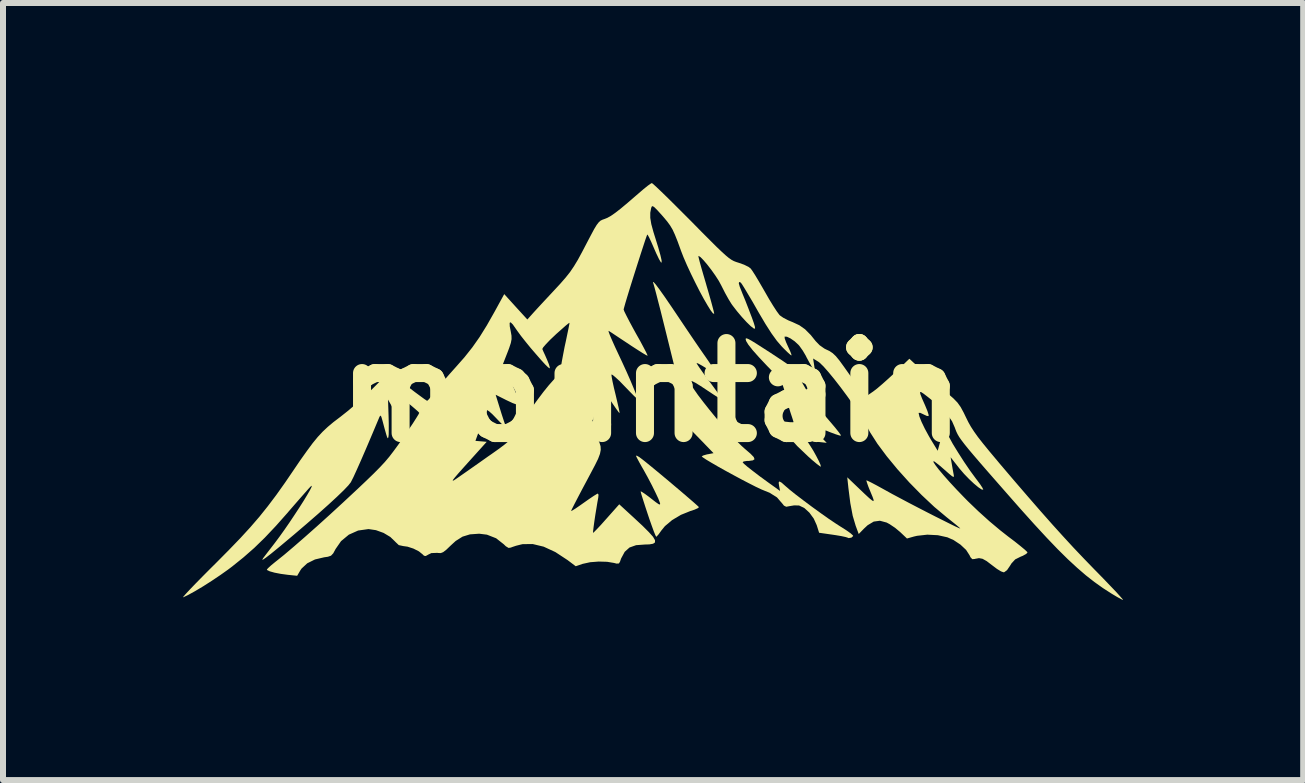
<source format=kicad_pcb>
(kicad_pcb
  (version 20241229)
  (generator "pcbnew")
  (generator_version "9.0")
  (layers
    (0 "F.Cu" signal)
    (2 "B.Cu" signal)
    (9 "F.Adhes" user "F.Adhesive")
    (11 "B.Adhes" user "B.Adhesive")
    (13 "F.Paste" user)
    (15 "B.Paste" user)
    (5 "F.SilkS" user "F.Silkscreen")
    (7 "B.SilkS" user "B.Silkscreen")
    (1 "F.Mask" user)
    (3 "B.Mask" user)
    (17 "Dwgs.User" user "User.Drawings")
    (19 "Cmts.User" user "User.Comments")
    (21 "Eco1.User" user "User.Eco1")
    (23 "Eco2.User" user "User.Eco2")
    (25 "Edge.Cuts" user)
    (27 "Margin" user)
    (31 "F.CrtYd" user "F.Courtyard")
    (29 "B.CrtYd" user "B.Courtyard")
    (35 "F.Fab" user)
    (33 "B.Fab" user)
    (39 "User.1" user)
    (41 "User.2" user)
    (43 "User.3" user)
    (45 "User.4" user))
  (footprint "mountain"
    (layer "F.Cu")
    (at 7.803 3.487)
    (property "Reference" "mountain" (at 0 0 0) (layer "F.SilkS") (effects (font (size 1.5 1.5) (thickness 0.3))))
    (attr board_only exclude_from_pos_files exclude_from_bom)
    (fp_poly (pts (xy -0.239 1.057) (xy -0.195 1.083) (xy -0.187 1.09) (xy -0.138 1.127) (xy -0.062 1.188) (xy 0.035 1.267) (xy 0.147 1.36) (xy 0.267 1.46) (xy 0.388 1.562) (xy 0.505 1.661) (xy 0.61 1.751) (xy 0.697 1.826) (xy 0.759 1.881) (xy 0.79 1.91) (xy 0.792 1.913) (xy 0.773 1.93) (xy 0.717 1.955) (xy 0.647 1.978) (xy 0.491 2.041) (xy 0.345 2.128) (xy 0.225 2.229) (xy 0.164 2.304) (xy 0.121 2.364) (xy 0.089 2.4) (xy 0.08 2.406) (xy 0.067 2.382) (xy 0.041 2.319) (xy 0.006 2.223) (xy -0.036 2.104) (xy -0.058 2.038) (xy -0.101 1.908) (xy -0.137 1.796) (xy -0.164 1.71) (xy -0.178 1.659) (xy -0.18 1.65) (xy -0.162 1.656) (xy -0.113 1.688) (xy -0.042 1.74) (xy -0.01 1.765) (xy 0.072 1.829) (xy 0.121 1.863) (xy 0.143 1.869) (xy 0.145 1.85) (xy 0.141 1.838) (xy 0.115 1.77) (xy 0.068 1.67) (xy 0.008 1.548) (xy -0.061 1.417) (xy -0.131 1.29) (xy -0.158 1.244) (xy -0.205 1.16) (xy -0.24 1.094) (xy -0.257 1.058) (xy -0.257 1.055)) (stroke (width 0) (type solid)) (fill yes) (layer "F.SilkS"))
    (fp_poly (pts (xy 1.615 -0.889) (xy 1.665 -0.862) (xy 1.74 -0.816) (xy 1.846 -0.748) (xy 1.989 -0.656) (xy 2.036 -0.625) (xy 2.166 -0.539) (xy 2.262 -0.474) (xy 2.33 -0.422) (xy 2.378 -0.376) (xy 2.416 -0.329) (xy 2.449 -0.273) (xy 2.481 -0.214) (xy 2.595 -0.016) (xy 2.734 0.187) (xy 2.905 0.404) (xy 2.988 0.501) (xy 3.061 0.587) (xy 3.118 0.659) (xy 3.152 0.706) (xy 3.159 0.722) (xy 3.132 0.718) (xy 3.069 0.698) (xy 2.98 0.665) (xy 2.926 0.643) (xy 2.825 0.604) (xy 2.74 0.573) (xy 2.684 0.556) (xy 2.671 0.553) (xy 2.673 0.57) (xy 2.705 0.614) (xy 2.76 0.677) (xy 2.78 0.697) (xy 2.921 0.841) (xy 2.756 0.823) (xy 2.59 0.805) (xy 2.647 0.891) (xy 2.698 0.973) (xy 2.746 1.06) (xy 2.788 1.141) (xy 2.816 1.204) (xy 2.824 1.237) (xy 2.823 1.239) (xy 2.801 1.227) (xy 2.749 1.187) (xy 2.676 1.126) (xy 2.609 1.066) (xy 2.43 0.895) (xy 2.284 0.734) (xy 2.176 0.59) (xy 2.152 0.552) (xy 2.104 0.47) (xy 2.236 0.489) (xy 2.31 0.497) (xy 2.358 0.498) (xy 2.368 0.495) (xy 2.36 0.467) (xy 2.34 0.405) (xy 2.32 0.345) (xy 2.289 0.247) (xy 2.255 0.125) (xy 2.226 0.013) (xy 2.206 -0.065) (xy 2.185 -0.127) (xy 2.157 -0.181) (xy 2.115 -0.239) (xy 2.052 -0.311) (xy 1.961 -0.407) (xy 1.931 -0.437) (xy 1.79 -0.587) (xy 1.686 -0.704) (xy 1.616 -0.793) (xy 1.578 -0.855) (xy 1.57 -0.886) (xy 1.573 -0.898) (xy 1.587 -0.9)) (stroke (width 0) (type solid)) (fill yes) (layer "F.SilkS"))
    (fp_poly (pts (xy 0.038 -1.836) (xy 0.075 -1.794) (xy 0.136 -1.712) (xy 0.224 -1.588) (xy 0.338 -1.421) (xy 0.39 -1.344) (xy 0.496 -1.186) (xy 0.605 -1.024) (xy 0.71 -0.869) (xy 0.803 -0.733) (xy 0.876 -0.628) (xy 0.882 -0.62) (xy 0.953 -0.517) (xy 1.012 -0.428) (xy 1.055 -0.362) (xy 1.074 -0.329) (xy 1.061 -0.324) (xy 1.014 -0.344) (xy 0.944 -0.384) (xy 0.924 -0.396) (xy 0.845 -0.444) (xy 0.784 -0.478) (xy 0.753 -0.49) (xy 0.752 -0.49) (xy 0.763 -0.467) (xy 0.8 -0.411) (xy 0.858 -0.329) (xy 0.931 -0.229) (xy 0.963 -0.187) (xy 1.042 -0.08) (xy 1.108 0.011) (xy 1.157 0.08) (xy 1.182 0.118) (xy 1.184 0.123) (xy 1.164 0.116) (xy 1.11 0.085) (xy 1.031 0.034) (xy 0.939 -0.027) (xy 0.818 -0.107) (xy 0.734 -0.159) (xy 0.68 -0.186) (xy 0.652 -0.19) (xy 0.643 -0.174) (xy 0.643 -0.174) (xy 0.66 -0.13) (xy 0.707 -0.054) (xy 0.777 0.046) (xy 0.867 0.164) (xy 0.97 0.294) (xy 1.081 0.43) (xy 1.195 0.563) (xy 1.307 0.689) (xy 1.411 0.801) (xy 1.501 0.891) (xy 1.558 0.942) (xy 1.652 1.023) (xy 1.705 1.078) (xy 1.718 1.114) (xy 1.691 1.133) (xy 1.626 1.142) (xy 1.589 1.143) (xy 1.538 1.151) (xy 1.52 1.164) (xy 1.541 1.189) (xy 1.599 1.239) (xy 1.691 1.311) (xy 1.81 1.402) (xy 1.953 1.506) (xy 2.002 1.541) (xy 2.144 1.643) (xy 2.128 1.561) (xy 2.12 1.503) (xy 2.133 1.484) (xy 2.17 1.505) (xy 2.225 1.554) (xy 2.299 1.618) (xy 2.405 1.703) (xy 2.535 1.802) (xy 2.677 1.908) (xy 2.822 2.013) (xy 2.959 2.11) (xy 3.08 2.191) (xy 3.158 2.241) (xy 3.248 2.298) (xy 3.317 2.347) (xy 3.356 2.382) (xy 3.362 2.393) (xy 3.333 2.42) (xy 3.287 2.428) (xy 3.264 2.419) (xy 3.234 2.41) (xy 3.165 2.395) (xy 3.07 2.379) (xy 3.022 2.372) (xy 2.794 2.339) (xy 2.754 2.212) (xy 2.705 2.104) (xy 2.633 2.005) (xy 2.549 1.928) (xy 2.465 1.887) (xy 2.458 1.885) (xy 2.379 1.883) (xy 2.306 1.895) (xy 2.246 1.906) (xy 2.208 1.887) (xy 2.187 1.86) (xy 2.092 1.75) (xy 1.968 1.672) (xy 1.893 1.642) (xy 1.832 1.617) (xy 1.741 1.574) (xy 1.629 1.517) (xy 1.502 1.451) (xy 1.368 1.379) (xy 1.234 1.306) (xy 1.109 1.236) (xy 0.999 1.172) (xy 0.912 1.12) (xy 0.856 1.083) (xy 0.838 1.065) (xy 0.838 1.065) (xy 0.868 1.05) (xy 0.928 1.033) (xy 0.942 1.031) (xy 1.035 1.013) (xy 0.831 0.802) (xy 0.626 0.592) (xy 0.53 0.18) (xy 0.492 0.021) (xy 0.448 -0.161) (xy 0.401 -0.358) (xy 0.35 -0.565) (xy 0.298 -0.775) (xy 0.247 -0.981) (xy 0.198 -1.178) (xy 0.153 -1.359) (xy 0.112 -1.517) (xy 0.079 -1.646) (xy 0.054 -1.74) (xy 0.039 -1.792) (xy 0.037 -1.799) (xy 0.025 -1.837)) (stroke (width 0) (type solid)) (fill yes) (layer "F.SilkS"))
    (fp_poly (pts (xy 0.031 -3.469) (xy 0.086 -3.419) (xy 0.169 -3.34) (xy 0.275 -3.237) (xy 0.399 -3.114) (xy 0.538 -2.975) (xy 0.667 -2.846) (xy 0.835 -2.675) (xy 0.972 -2.538) (xy 1.081 -2.429) (xy 1.168 -2.346) (xy 1.236 -2.284) (xy 1.29 -2.239) (xy 1.335 -2.208) (xy 1.374 -2.187) (xy 1.413 -2.172) (xy 1.454 -2.159) (xy 1.544 -2.127) (xy 1.619 -2.09) (xy 1.654 -2.063) (xy 1.683 -2.023) (xy 1.731 -1.948) (xy 1.792 -1.846) (xy 1.861 -1.727) (xy 1.891 -1.675) (xy 1.962 -1.551) (xy 2.03 -1.44) (xy 2.088 -1.351) (xy 2.13 -1.294) (xy 2.141 -1.282) (xy 2.197 -1.243) (xy 2.282 -1.199) (xy 2.355 -1.169) (xy 2.465 -1.118) (xy 2.56 -1.051) (xy 2.655 -0.955) (xy 2.736 -0.854) (xy 2.803 -0.785) (xy 2.881 -0.73) (xy 2.902 -0.719) (xy 2.966 -0.689) (xy 3.02 -0.653) (xy 3.073 -0.603) (xy 3.133 -0.53) (xy 3.21 -0.424) (xy 3.236 -0.387) (xy 3.312 -0.28) (xy 3.391 -0.172) (xy 3.46 -0.083) (xy 3.48 -0.058) (xy 3.581 0.064) (xy 3.696 -0.015) (xy 3.76 -0.064) (xy 3.848 -0.139) (xy 3.95 -0.23) (xy 4.054 -0.326) (xy 4.055 -0.327) (xy 4.298 -0.56) (xy 4.523 -0.35) (xy 4.636 -0.246) (xy 4.76 -0.135) (xy 4.877 -0.033) (xy 4.939 0.02) (xy 5.032 0.101) (xy 5.099 0.17) (xy 5.152 0.244) (xy 5.203 0.338) (xy 5.241 0.417) (xy 5.281 0.498) (xy 5.324 0.574) (xy 5.376 0.654) (xy 5.441 0.745) (xy 5.524 0.851) (xy 5.631 0.982) (xy 5.766 1.143) (xy 5.794 1.177) (xy 6.051 1.479) (xy 6.281 1.746) (xy 6.489 1.985) (xy 6.681 2.202) (xy 6.861 2.401) (xy 7.035 2.59) (xy 7.209 2.773) (xy 7.387 2.957) (xy 7.409 2.979) (xy 7.534 3.107) (xy 7.645 3.223) (xy 7.738 3.32) (xy 7.807 3.396) (xy 7.849 3.444) (xy 7.859 3.46) (xy 7.828 3.446) (xy 7.765 3.412) (xy 7.684 3.364) (xy 7.669 3.355) (xy 7.523 3.261) (xy 7.381 3.16) (xy 7.239 3.049) (xy 7.093 2.923) (xy 6.938 2.78) (xy 6.77 2.614) (xy 6.586 2.422) (xy 6.382 2.201) (xy 6.152 1.945) (xy 5.969 1.737) (xy 5.776 1.517) (xy 5.614 1.332) (xy 5.48 1.178) (xy 5.372 1.052) (xy 5.285 0.949) (xy 5.218 0.866) (xy 5.167 0.799) (xy 5.129 0.745) (xy 5.102 0.699) (xy 5.082 0.658) (xy 5.066 0.618) (xy 5.055 0.587) (xy 5.009 0.482) (xy 4.938 0.379) (xy 4.837 0.271) (xy 4.698 0.15) (xy 4.606 0.077) (xy 4.536 0.023) (xy 4.493 -0.005) (xy 4.475 -0.004) (xy 4.481 0.03) (xy 4.509 0.102) (xy 4.56 0.217) (xy 4.565 0.229) (xy 4.598 0.309) (xy 4.617 0.369) (xy 4.619 0.395) (xy 4.59 0.393) (xy 4.537 0.369) (xy 4.528 0.364) (xy 4.478 0.341) (xy 4.453 0.342) (xy 4.452 0.345) (xy 4.465 0.403) (xy 4.501 0.493) (xy 4.555 0.605) (xy 4.622 0.728) (xy 4.654 0.783) (xy 4.77 0.973) (xy 4.818 0.796) (xy 4.843 0.708) (xy 4.864 0.641) (xy 4.876 0.61) (xy 4.876 0.609) (xy 4.892 0.625) (xy 4.923 0.675) (xy 4.955 0.737) (xy 5.021 0.858) (xy 5.11 1.003) (xy 5.21 1.159) (xy 5.313 1.31) (xy 5.41 1.442) (xy 5.425 1.461) (xy 5.479 1.534) (xy 5.516 1.591) (xy 5.529 1.62) (xy 5.528 1.622) (xy 5.5 1.617) (xy 5.445 1.58) (xy 5.373 1.52) (xy 5.292 1.444) (xy 5.21 1.359) (xy 5.135 1.272) (xy 5.127 1.262) (xy 4.985 1.081) (xy 5.003 1.184) (xy 5.018 1.272) (xy 5.033 1.354) (xy 5.035 1.362) (xy 5.04 1.397) (xy 5.034 1.41) (xy 5.009 1.397) (xy 4.959 1.356) (xy 4.886 1.292) (xy 4.809 1.225) (xy 4.746 1.175) (xy 4.708 1.148) (xy 4.701 1.145) (xy 4.7 1.163) (xy 4.731 1.211) (xy 4.789 1.287) (xy 4.87 1.383) (xy 4.97 1.496) (xy 5.085 1.62) (xy 5.21 1.75) (xy 5.275 1.816) (xy 5.447 1.981) (xy 5.631 2.147) (xy 5.81 2.297) (xy 5.945 2.403) (xy 6.055 2.486) (xy 6.149 2.561) (xy 6.22 2.62) (xy 6.26 2.658) (xy 6.266 2.668) (xy 6.244 2.692) (xy 6.188 2.723) (xy 6.151 2.738) (xy 6.061 2.783) (xy 5.999 2.85) (xy 5.975 2.889) (xy 5.925 2.962) (xy 5.879 2.996) (xy 5.868 2.998) (xy 5.825 2.983) (xy 5.758 2.942) (xy 5.681 2.884) (xy 5.677 2.881) (xy 5.585 2.811) (xy 5.517 2.773) (xy 5.458 2.762) (xy 5.396 2.773) (xy 5.388 2.776) (xy 5.346 2.779) (xy 5.316 2.747) (xy 5.301 2.715) (xy 5.243 2.625) (xy 5.148 2.536) (xy 5.033 2.46) (xy 4.931 2.415) (xy 4.773 2.38) (xy 4.596 2.371) (xy 4.426 2.39) (xy 4.374 2.402) (xy 4.258 2.435) (xy 4.144 2.327) (xy 4.06 2.257) (xy 3.969 2.196) (xy 3.919 2.169) (xy 3.807 2.139) (xy 3.704 2.153) (xy 3.602 2.214) (xy 3.543 2.269) (xy 3.454 2.36) (xy 3.403 2.222) (xy 3.354 2.057) (xy 3.314 1.845) (xy 3.281 1.585) (xy 3.281 1.583) (xy 3.263 1.415) (xy 3.44 1.584) (xy 3.551 1.69) (xy 3.63 1.763) (xy 3.679 1.803) (xy 3.701 1.812) (xy 3.702 1.791) (xy 3.685 1.742) (xy 3.653 1.665) (xy 3.651 1.66) (xy 3.615 1.572) (xy 3.591 1.504) (xy 3.581 1.469) (xy 3.582 1.466) (xy 3.606 1.475) (xy 3.667 1.505) (xy 3.756 1.552) (xy 3.865 1.612) (xy 3.912 1.638) (xy 4.015 1.695) (xy 4.141 1.762) (xy 4.282 1.837) (xy 4.432 1.915) (xy 4.583 1.993) (xy 4.73 2.068) (xy 4.864 2.135) (xy 4.98 2.193) (xy 5.07 2.237) (xy 5.128 2.263) (xy 5.147 2.269) (xy 5.128 2.25) (xy 5.077 2.207) (xy 5.001 2.146) (xy 4.922 2.083) (xy 4.714 1.909) (xy 4.504 1.712) (xy 4.297 1.501) (xy 4.1 1.282) (xy 3.921 1.065) (xy 3.766 0.857) (xy 3.643 0.665) (xy 3.591 0.569) (xy 3.534 0.467) (xy 3.455 0.342) (xy 3.362 0.203) (xy 3.258 0.058) (xy 3.151 -0.086) (xy 3.046 -0.221) (xy 2.949 -0.339) (xy 2.866 -0.433) (xy 2.802 -0.495) (xy 2.782 -0.51) (xy 2.694 -0.564) (xy 2.712 -0.449) (xy 2.729 -0.335) (xy 2.678 -0.417) (xy 2.634 -0.493) (xy 2.585 -0.583) (xy 2.572 -0.61) (xy 2.522 -0.695) (xy 2.465 -0.775) (xy 2.448 -0.794) (xy 2.386 -0.851) (xy 2.318 -0.898) (xy 2.258 -0.927) (xy 2.221 -0.929) (xy 2.219 -0.928) (xy 2.221 -0.898) (xy 2.243 -0.837) (xy 2.274 -0.768) (xy 2.309 -0.692) (xy 2.331 -0.636) (xy 2.334 -0.614) (xy 2.314 -0.627) (xy 2.266 -0.67) (xy 2.201 -0.734) (xy 2.171 -0.765) (xy 2.09 -0.859) (xy 2.001 -0.982) (xy 1.901 -1.138) (xy 1.785 -1.334) (xy 1.764 -1.371) (xy 1.686 -1.508) (xy 1.614 -1.629) (xy 1.555 -1.728) (xy 1.512 -1.797) (xy 1.489 -1.829) (xy 1.487 -1.83) (xy 1.461 -1.839) (xy 1.456 -1.817) (xy 1.472 -1.759) (xy 1.511 -1.661) (xy 1.517 -1.645) (xy 1.564 -1.531) (xy 1.617 -1.395) (xy 1.666 -1.266) (xy 1.671 -1.254) (xy 1.707 -1.153) (xy 1.725 -1.092) (xy 1.727 -1.064) (xy 1.714 -1.061) (xy 1.701 -1.067) (xy 1.654 -1.104) (xy 1.585 -1.171) (xy 1.506 -1.257) (xy 1.426 -1.352) (xy 1.355 -1.444) (xy 1.334 -1.473) (xy 1.286 -1.551) (xy 1.228 -1.655) (xy 1.172 -1.765) (xy 1.165 -1.779) (xy 1.123 -1.857) (xy 1.065 -1.947) (xy 0.999 -2.04) (xy 0.931 -2.128) (xy 0.868 -2.202) (xy 0.818 -2.253) (xy 0.787 -2.273) (xy 0.783 -2.271) (xy 0.787 -2.245) (xy 0.804 -2.177) (xy 0.832 -2.076) (xy 0.869 -1.948) (xy 0.912 -1.802) (xy 0.915 -1.79) (xy 0.958 -1.643) (xy 0.995 -1.513) (xy 1.023 -1.409) (xy 1.041 -1.338) (xy 1.046 -1.308) (xy 1.046 -1.307) (xy 1.024 -1.318) (xy 0.985 -1.369) (xy 0.933 -1.453) (xy 0.87 -1.562) (xy 0.801 -1.69) (xy 0.73 -1.83) (xy 0.659 -1.975) (xy 0.593 -2.117) (xy 0.535 -2.251) (xy 0.49 -2.367) (xy 0.49 -2.368) (xy 0.436 -2.516) (xy 0.392 -2.626) (xy 0.353 -2.711) (xy 0.312 -2.78) (xy 0.264 -2.846) (xy 0.202 -2.92) (xy 0.173 -2.953) (xy 0.098 -3.036) (xy 0.05 -3.084) (xy 0.022 -3.103) (xy 0.006 -3.096) (xy -0.004 -3.072) (xy -0.019 -2.992) (xy -0.019 -2.907) (xy -0.002 -2.803) (xy 0.034 -2.671) (xy 0.061 -2.585) (xy 0.114 -2.414) (xy 0.15 -2.286) (xy 0.169 -2.202) (xy 0.171 -2.162) (xy 0.157 -2.168) (xy 0.126 -2.221) (xy 0.078 -2.321) (xy 0.038 -2.413) (xy -0.004 -2.509) (xy -0.039 -2.583) (xy -0.062 -2.624) (xy -0.069 -2.629) (xy -0.08 -2.602) (xy -0.104 -2.533) (xy -0.137 -2.432) (xy -0.178 -2.306) (xy -0.224 -2.163) (xy -0.272 -2.012) (xy -0.32 -1.86) (xy -0.365 -1.716) (xy -0.404 -1.588) (xy -0.435 -1.484) (xy -0.455 -1.412) (xy -0.463 -1.381) (xy -0.451 -1.348) (xy -0.417 -1.279) (xy -0.367 -1.182) (xy -0.304 -1.065) (xy -0.259 -0.983) (xy -0.19 -0.861) (xy -0.133 -0.754) (xy -0.09 -0.672) (xy -0.067 -0.622) (xy -0.063 -0.61) (xy -0.087 -0.62) (xy -0.145 -0.654) (xy -0.23 -0.708) (xy -0.334 -0.775) (xy -0.377 -0.804) (xy -0.489 -0.878) (xy -0.587 -0.943) (xy -0.662 -0.993) (xy -0.706 -1.021) (xy -0.713 -1.025) (xy -0.713 -1.01) (xy -0.693 -0.955) (xy -0.656 -0.869) (xy -0.606 -0.757) (xy -0.562 -0.663) (xy -0.487 -0.503) (xy -0.415 -0.346) (xy -0.351 -0.201) (xy -0.298 -0.075) (xy -0.258 0.024) (xy -0.236 0.089) (xy -0.232 0.109) (xy -0.248 0.098) (xy -0.293 0.056) (xy -0.359 -0.011) (xy -0.441 -0.096) (xy -0.449 -0.104) (xy -0.531 -0.189) (xy -0.6 -0.252) (xy -0.647 -0.291) (xy -0.668 -0.297) (xy -0.668 -0.295) (xy -0.662 -0.256) (xy -0.647 -0.178) (xy -0.624 -0.073) (xy -0.595 0.046) (xy -0.568 0.162) (xy -0.546 0.257) (xy -0.533 0.322) (xy -0.531 0.347) (xy -0.531 0.347) (xy -0.548 0.328) (xy -0.587 0.274) (xy -0.639 0.198) (xy -0.661 0.165) (xy -0.717 0.083) (xy -0.758 0.033) (xy -0.79 0.018) (xy -0.82 0.04) (xy -0.851 0.103) (xy -0.891 0.21) (xy -0.924 0.304) (xy -1.007 0.548) (xy -0.945 0.673) (xy -0.899 0.763) (xy -0.866 0.836) (xy -0.847 0.898) (xy -0.844 0.958) (xy -0.857 1.025) (xy -0.888 1.107) (xy -0.939 1.211) (xy -1.011 1.347) (xy -1.079 1.475) (xy -1.156 1.619) (xy -1.223 1.747) (xy -1.278 1.853) (xy -1.317 1.93) (xy -1.337 1.971) (xy -1.338 1.976) (xy -1.319 1.969) (xy -1.267 1.937) (xy -1.191 1.885) (xy -1.126 1.839) (xy -1.035 1.775) (xy -0.959 1.724) (xy -0.908 1.693) (xy -0.892 1.686) (xy -0.881 1.707) (xy -0.886 1.756) (xy -0.9 1.832) (xy -0.916 1.93) (xy -0.934 2.039) (xy -0.95 2.146) (xy -0.963 2.241) (xy -0.971 2.309) (xy -0.973 2.341) (xy -0.973 2.342) (xy -0.954 2.326) (xy -0.908 2.279) (xy -0.841 2.208) (xy -0.761 2.118) (xy -0.751 2.107) (xy -0.536 1.865) (xy -0.292 2.089) (xy -0.148 2.223) (xy -0.043 2.328) (xy 0.027 2.406) (xy 0.06 2.463) (xy 0.06 2.5) (xy 0.028 2.522) (xy -0.035 2.533) (xy -0.107 2.535) (xy -0.255 2.546) (xy -0.365 2.585) (xy -0.445 2.657) (xy -0.505 2.768) (xy -0.524 2.823) (xy -0.542 2.851) (xy -0.581 2.853) (xy -0.623 2.842) (xy -0.738 2.823) (xy -0.878 2.819) (xy -1.02 2.83) (xy -1.139 2.856) (xy -1.144 2.857) (xy -1.261 2.897) (xy -1.396 2.795) (xy -1.6 2.661) (xy -1.795 2.571) (xy -1.978 2.527) (xy -2.145 2.529) (xy -2.173 2.535) (xy -2.256 2.556) (xy -2.322 2.578) (xy -2.341 2.586) (xy -2.38 2.592) (xy -2.426 2.564) (xy -2.46 2.531) (xy -2.587 2.431) (xy -2.74 2.371) (xy -2.869 2.355) (xy -3.023 2.366) (xy -3.147 2.404) (xy -3.261 2.476) (xy -3.343 2.551) (xy -3.417 2.622) (xy -3.469 2.662) (xy -3.51 2.678) (xy -3.554 2.676) (xy -3.566 2.674) (xy -3.666 2.678) (xy -3.712 2.7) (xy -3.76 2.727) (xy -3.789 2.722) (xy -3.812 2.699) (xy -3.874 2.649) (xy -3.965 2.603) (xy -4.063 2.571) (xy -4.135 2.561) (xy -4.209 2.545) (xy -4.267 2.49) (xy -4.27 2.486) (xy -4.35 2.409) (xy -4.462 2.342) (xy -4.589 2.296) (xy -4.711 2.278) (xy -4.715 2.278) (xy -4.886 2.302) (xy -5.041 2.371) (xy -5.171 2.479) (xy -5.262 2.61) (xy -5.301 2.682) (xy -5.338 2.721) (xy -5.39 2.739) (xy -5.452 2.748) (xy -5.605 2.784) (xy -5.734 2.848) (xy -5.828 2.935) (xy -5.848 2.964) (xy -5.902 3.056) (xy -6.058 3.04) (xy -6.176 3.024) (xy -6.279 3.004) (xy -6.358 2.982) (xy -6.402 2.961) (xy -6.407 2.952) (xy -6.387 2.929) (xy -6.337 2.883) (xy -6.265 2.824) (xy -6.247 2.81) (xy -6.119 2.707) (xy -5.961 2.573) (xy -5.778 2.414) (xy -5.576 2.235) (xy -5.36 2.04) (xy -5.137 1.835) (xy -4.913 1.626) (xy -4.902 1.616) (xy -4.751 1.473) (xy -3.311 1.473) (xy -3.291 1.466) (xy -3.25 1.439) (xy -3.187 1.395) (xy -3.183 1.392) (xy -3.098 1.333) (xy -2.984 1.253) (xy -2.853 1.161) (xy -2.719 1.066) (xy -2.668 1.031) (xy -2.538 0.939) (xy -2.443 0.867) (xy -2.374 0.81) (xy -2.324 0.758) (xy -2.284 0.705) (xy -2.246 0.643) (xy -2.238 0.628) (xy -2.176 0.524) (xy -2.093 0.398) (xy -1.997 0.26) (xy -1.896 0.121) (xy -1.798 -0.009) (xy -1.709 -0.119) (xy -1.639 -0.198) (xy -1.624 -0.214) (xy -1.557 -0.288) (xy -1.521 -0.362) (xy -1.505 -0.438) (xy -1.492 -0.517) (xy -1.471 -0.629) (xy -1.446 -0.759) (xy -1.425 -0.855) (xy -1.401 -0.971) (xy -1.381 -1.067) (xy -1.368 -1.134) (xy -1.364 -1.159) (xy -1.382 -1.149) (xy -1.43 -1.11) (xy -1.501 -1.047) (xy -1.589 -0.969) (xy -1.596 -0.962) (xy -1.685 -0.878) (xy -1.755 -0.805) (xy -1.802 -0.751) (xy -1.818 -0.722) (xy -1.817 -0.722) (xy -1.802 -0.685) (xy -1.771 -0.618) (xy -1.74 -0.547) (xy -1.709 -0.471) (xy -1.693 -0.417) (xy -1.695 -0.399) (xy -1.722 -0.418) (xy -1.774 -0.469) (xy -1.844 -0.546) (xy -1.925 -0.639) (xy -2.012 -0.74) (xy -2.096 -0.843) (xy -2.172 -0.939) (xy -2.232 -1.021) (xy -2.251 -1.048) (xy -2.309 -1.131) (xy -2.346 -1.168) (xy -2.362 -1.157) (xy -2.36 -1.099) (xy -2.343 -1.013) (xy -2.331 -0.944) (xy -2.33 -0.886) (xy -2.342 -0.823) (xy -2.37 -0.738) (xy -2.394 -0.675) (xy -2.474 -0.47) (xy -2.331 -0.157) (xy -2.278 -0.038) (xy -2.233 0.065) (xy -2.202 0.143) (xy -2.188 0.186) (xy -2.187 0.189) (xy -2.199 0.208) (xy -2.239 0.205) (xy -2.311 0.179) (xy -2.42 0.128) (xy -2.449 0.113) (xy -2.595 0.04) (xy -2.53 0.25) (xy -2.498 0.354) (xy -2.468 0.446) (xy -2.447 0.509) (xy -2.443 0.519) (xy -2.431 0.564) (xy -2.434 0.579) (xy -2.456 0.562) (xy -2.504 0.515) (xy -2.568 0.449) (xy -2.585 0.431) (xy -2.651 0.363) (xy -2.704 0.316) (xy -2.735 0.297) (xy -2.738 0.297) (xy -2.752 0.326) (xy -2.779 0.393) (xy -2.815 0.486) (xy -2.842 0.56) (xy -2.932 0.808) (xy -2.838 0.816) (xy -2.744 0.824) (xy -3 1.108) (xy -3.123 1.245) (xy -3.214 1.347) (xy -3.274 1.417) (xy -3.306 1.458) (xy -3.311 1.473) (xy -4.751 1.473) (xy -4.748 1.47) (xy -4.625 1.351) (xy -4.525 1.25) (xy -4.441 1.16) (xy -4.366 1.071) (xy -4.294 0.977) (xy -4.215 0.869) (xy -4.138 0.758) (xy -4.052 0.632) (xy -3.977 0.521) (xy -3.919 0.43) (xy -3.881 0.368) (xy -3.868 0.341) (xy -3.868 0.341) (xy -3.888 0.319) (xy -3.938 0.275) (xy -4.006 0.217) (xy -4.085 0.152) (xy -4.162 0.09) (xy -4.229 0.038) (xy -4.274 0.004) (xy -4.289 -0.004) (xy -4.285 0.021) (xy -4.27 0.083) (xy -4.247 0.169) (xy -4.244 0.181) (xy -4.214 0.3) (xy -4.203 0.372) (xy -4.211 0.397) (xy -4.238 0.375) (xy -4.284 0.305) (xy -4.299 0.279) (xy -4.388 0.121) (xy -4.379 0.395) (xy -4.376 0.516) (xy -4.376 0.623) (xy -4.377 0.702) (xy -4.38 0.733) (xy -4.386 0.759) (xy -4.393 0.765) (xy -4.404 0.745) (xy -4.42 0.693) (xy -4.446 0.602) (xy -4.481 0.47) (xy -4.5 0.406) (xy -4.514 0.386) (xy -4.529 0.405) (xy -4.532 0.412) (xy -4.648 0.688) (xy -4.75 0.928) (xy -4.838 1.131) (xy -4.91 1.293) (xy -4.965 1.413) (xy -5.003 1.488) (xy -5.008 1.498) (xy -5.049 1.55) (xy -5.127 1.632) (xy -5.238 1.739) (xy -5.38 1.87) (xy -5.548 2.02) (xy -5.74 2.187) (xy -5.952 2.368) (xy -6.181 2.56) (xy -6.222 2.594) (xy -6.341 2.691) (xy -6.424 2.755) (xy -6.471 2.787) (xy -6.484 2.788) (xy -6.467 2.76) (xy -6.442 2.727) (xy -6.393 2.663) (xy -6.328 2.579) (xy -6.274 2.509) (xy -6.198 2.407) (xy -6.115 2.291) (xy -6.03 2.168) (xy -5.946 2.042) (xy -5.866 1.92) (xy -5.794 1.807) (xy -5.734 1.708) (xy -5.689 1.63) (xy -5.662 1.576) (xy -5.658 1.555) (xy -5.679 1.57) (xy -5.679 1.57) (xy -5.712 1.605) (xy -5.771 1.672) (xy -5.852 1.764) (xy -5.948 1.874) (xy -6.052 1.994) (xy -6.052 1.995) (xy -6.256 2.225) (xy -6.441 2.421) (xy -6.618 2.593) (xy -6.797 2.75) (xy -6.986 2.902) (xy -7.051 2.951) (xy -7.182 3.044) (xy -7.325 3.14) (xy -7.469 3.232) (xy -7.605 3.313) (xy -7.721 3.377) (xy -7.803 3.416) (xy -7.797 3.403) (xy -7.758 3.358) (xy -7.691 3.286) (xy -7.598 3.189) (xy -7.484 3.073) (xy -7.353 2.941) (xy -7.261 2.85) (xy -7.04 2.627) (xy -6.849 2.429) (xy -6.683 2.248) (xy -6.532 2.073) (xy -6.391 1.897) (xy -6.25 1.71) (xy -6.103 1.503) (xy -5.981 1.324) (xy -5.85 1.131) (xy -5.739 0.975) (xy -5.645 0.848) (xy -5.559 0.743) (xy -5.477 0.655) (xy -5.392 0.575) (xy -5.299 0.497) (xy -5.19 0.414) (xy -5.187 0.412) (xy -5.052 0.305) (xy -4.902 0.177) (xy -4.756 0.045) (xy -4.646 -0.061) (xy -4.552 -0.155) (xy -4.471 -0.233) (xy -4.41 -0.29) (xy -4.375 -0.319) (xy -4.37 -0.322) (xy -4.344 -0.307) (xy -4.285 -0.265) (xy -4.201 -0.204) (xy -4.099 -0.127) (xy -4.052 -0.09) (xy -3.945 -0.008) (xy -3.853 0.06) (xy -3.783 0.111) (xy -3.742 0.138) (xy -3.736 0.141) (xy -3.713 0.121) (xy -3.67 0.07) (xy -3.615 -0.001) (xy -3.611 -0.007) (xy -3.551 -0.084) (xy -3.467 -0.185) (xy -3.369 -0.298) (xy -3.27 -0.409) (xy -3.267 -0.412) (xy -3.115 -0.584) (xy -2.984 -0.749) (xy -2.863 -0.921) (xy -2.743 -1.114) (xy -2.616 -1.338) (xy -2.452 -1.637) (xy -2.26 -1.425) (xy -2.067 -1.214) (xy -1.954 -1.34) (xy -1.888 -1.412) (xy -1.8 -1.507) (xy -1.702 -1.612) (xy -1.633 -1.686) (xy -1.519 -1.809) (xy -1.43 -1.911) (xy -1.356 -2.004) (xy -1.291 -2.1) (xy -1.225 -2.209) (xy -1.152 -2.344) (xy -1.081 -2.48) (xy -1.008 -2.619) (xy -0.954 -2.72) (xy -0.912 -2.789) (xy -0.878 -2.833) (xy -0.847 -2.861) (xy -0.812 -2.878) (xy -0.785 -2.887) (xy -0.733 -2.908) (xy -0.674 -2.941) (xy -0.602 -2.991) (xy -0.512 -3.061) (xy -0.397 -3.157) (xy -0.251 -3.283) (xy -0.216 -3.313) (xy -0.131 -3.386) (xy -0.059 -3.444) (xy -0.009 -3.479) (xy 0.008 -3.487)) (stroke (width 0) (type solid)) (fill yes) (layer "F.SilkS")))
  (gr_rect
    (start -3 -3)
    (end 18.662 9.947)
    (stroke (width 0.1) (type default))
    (fill no)
    (layer "Edge.Cuts")))
</source>
